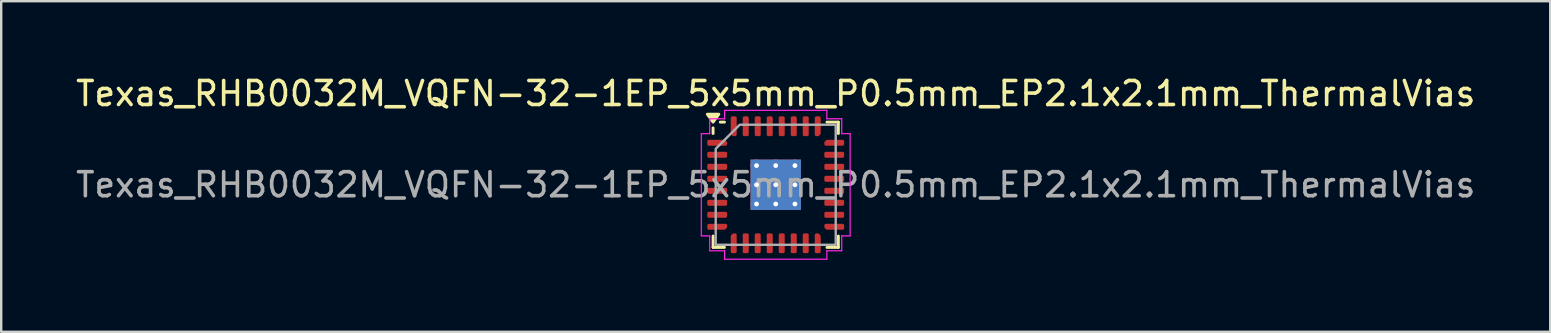
<source format=kicad_pcb>
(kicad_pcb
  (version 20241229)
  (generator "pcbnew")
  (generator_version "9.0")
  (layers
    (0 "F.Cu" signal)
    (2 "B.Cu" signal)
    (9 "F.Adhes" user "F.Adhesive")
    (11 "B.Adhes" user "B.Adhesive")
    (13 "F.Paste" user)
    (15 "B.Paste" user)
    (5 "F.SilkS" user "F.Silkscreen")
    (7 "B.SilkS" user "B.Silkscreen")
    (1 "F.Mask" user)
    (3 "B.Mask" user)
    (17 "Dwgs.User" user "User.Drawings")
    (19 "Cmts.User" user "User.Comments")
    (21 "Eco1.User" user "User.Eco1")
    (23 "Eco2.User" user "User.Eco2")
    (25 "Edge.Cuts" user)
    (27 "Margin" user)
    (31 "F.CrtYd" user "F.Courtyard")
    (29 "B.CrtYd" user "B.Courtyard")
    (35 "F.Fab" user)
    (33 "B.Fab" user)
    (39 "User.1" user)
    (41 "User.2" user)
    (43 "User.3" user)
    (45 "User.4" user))
  (footprint "Texas_RHB0032M_VQFN-32-1EP_5x5mm_P0.5mm_EP2.1x2.1mm_ThermalVias"
    (layer "F.Cu")
    (at 29.268 4.648)
    (property "Reference" "Texas_RHB0032M_VQFN-32-1EP_5x5mm_P0.5mm_EP2.1x2.1mm_ThermalVias" (at 0 -3.8 0) (layer "F.SilkS") (effects (font (size 1 1) (thickness 0.15))))
    (attr smd)
    (fp_line (start -2.61 -2.135) (end -2.61 -2.37) (stroke (width 0.12) (type solid)) (layer "F.SilkS"))
    (fp_line (start -2.61 2.61) (end -2.61 2.135) (stroke (width 0.12) (type solid)) (layer "F.SilkS"))
    (fp_line (start -2.135 -2.61) (end -2.31 -2.61) (stroke (width 0.12) (type solid)) (layer "F.SilkS"))
    (fp_line (start -2.135 2.61) (end -2.61 2.61) (stroke (width 0.12) (type solid)) (layer "F.SilkS"))
    (fp_line (start 2.135 -2.61) (end 2.61 -2.61) (stroke (width 0.12) (type solid)) (layer "F.SilkS"))
    (fp_line (start 2.135 2.61) (end 2.61 2.61) (stroke (width 0.12) (type solid)) (layer "F.SilkS"))
    (fp_line (start 2.61 -2.61) (end 2.61 -2.135) (stroke (width 0.12) (type solid)) (layer "F.SilkS"))
    (fp_line (start 2.61 2.61) (end 2.61 2.135) (stroke (width 0.12) (type solid)) (layer "F.SilkS"))
    (fp_poly (pts (xy -2.61 -2.61) (xy -2.85 -2.94) (xy -2.37 -2.94)) (stroke (width 0.12) (type solid)) (fill yes) (layer "F.SilkS"))
    (fp_line (start -3.1 -2.13) (end -2.75 -2.13) (stroke (width 0.05) (type solid)) (layer "F.CrtYd"))
    (fp_line (start -3.1 2.13) (end -3.1 -2.13) (stroke (width 0.05) (type solid)) (layer "F.CrtYd"))
    (fp_line (start -2.75 -2.75) (end -2.13 -2.75) (stroke (width 0.05) (type solid)) (layer "F.CrtYd"))
    (fp_line (start -2.75 -2.13) (end -2.75 -2.75) (stroke (width 0.05) (type solid)) (layer "F.CrtYd"))
    (fp_line (start -2.75 2.13) (end -3.1 2.13) (stroke (width 0.05) (type solid)) (layer "F.CrtYd"))
    (fp_line (start -2.75 2.75) (end -2.75 2.13) (stroke (width 0.05) (type solid)) (layer "F.CrtYd"))
    (fp_line (start -2.13 -3.1) (end 2.13 -3.1) (stroke (width 0.05) (type solid)) (layer "F.CrtYd"))
    (fp_line (start -2.13 -2.75) (end -2.13 -3.1) (stroke (width 0.05) (type solid)) (layer "F.CrtYd"))
    (fp_line (start -2.13 2.75) (end -2.75 2.75) (stroke (width 0.05) (type solid)) (layer "F.CrtYd"))
    (fp_line (start -2.13 3.1) (end -2.13 2.75) (stroke (width 0.05) (type solid)) (layer "F.CrtYd"))
    (fp_line (start 2.13 -3.1) (end 2.13 -2.75) (stroke (width 0.05) (type solid)) (layer "F.CrtYd"))
    (fp_line (start 2.13 -2.75) (end 2.75 -2.75) (stroke (width 0.05) (type solid)) (layer "F.CrtYd"))
    (fp_line (start 2.13 2.75) (end 2.13 3.1) (stroke (width 0.05) (type solid)) (layer "F.CrtYd"))
    (fp_line (start 2.13 3.1) (end -2.13 3.1) (stroke (width 0.05) (type solid)) (layer "F.CrtYd"))
    (fp_line (start 2.75 -2.75) (end 2.75 -2.13) (stroke (width 0.05) (type solid)) (layer "F.CrtYd"))
    (fp_line (start 2.75 -2.13) (end 3.1 -2.13) (stroke (width 0.05) (type solid)) (layer "F.CrtYd"))
    (fp_line (start 2.75 2.13) (end 2.75 2.75) (stroke (width 0.05) (type solid)) (layer "F.CrtYd"))
    (fp_line (start 2.75 2.75) (end 2.13 2.75) (stroke (width 0.05) (type solid)) (layer "F.CrtYd"))
    (fp_line (start 3.1 -2.13) (end 3.1 2.13) (stroke (width 0.05) (type solid)) (layer "F.CrtYd"))
    (fp_line (start 3.1 2.13) (end 2.75 2.13) (stroke (width 0.05) (type solid)) (layer "F.CrtYd"))
    (fp_poly (pts (xy -2.5 -1.5) (xy -2.5 2.5) (xy 2.5 2.5) (xy 2.5 -2.5) (xy -1.5 -2.5)) (stroke (width 0.1) (type solid)) (fill no) (layer "F.Fab"))
    (fp_text user "${REFERENCE}" (at 0 0 0) (layer "F.Fab") (effects (font (size 1 1) (thickness 0.15))))
    (pad "" smd roundrect (at -0.525 -0.525) (size 0.94 0.94) (layers "F.Paste") (roundrect_rratio 0.25))
    (pad "" smd roundrect (at -0.525 0.525) (size 0.94 0.94) (layers "F.Paste") (roundrect_rratio 0.25))
    (pad "" smd roundrect (at 0.525 -0.525) (size 0.94 0.94) (layers "F.Paste") (roundrect_rratio 0.25))
    (pad "" smd roundrect (at 0.525 0.525) (size 0.94 0.94) (layers "F.Paste") (roundrect_rratio 0.25))
    (pad "1" smd custom (at -2.438 -1.75) (size 0.186 0.186) (layers "F.Cu" "F.Mask" "F.Paste") (options (anchor circle)) (primitives (gr_poly (pts (xy -0.35 -0.062) (xy 0.297 -0.062) (xy 0.35 -0.009) (xy 0.35 0.062) (xy -0.35 0.062)) (width 0.125) (fill yes))))
    (pad "2" smd roundrect (at -2.438 -1.25) (size 0.825 0.25) (layers "F.Cu" "F.Mask" "F.Paste") (roundrect_rratio 0.25))
    (pad "3" smd roundrect (at -2.438 -0.75) (size 0.825 0.25) (layers "F.Cu" "F.Mask" "F.Paste") (roundrect_rratio 0.25))
    (pad "4" smd roundrect (at -2.438 -0.25) (size 0.825 0.25) (layers "F.Cu" "F.Mask" "F.Paste") (roundrect_rratio 0.25))
    (pad "5" smd roundrect (at -2.438 0.25) (size 0.825 0.25) (layers "F.Cu" "F.Mask" "F.Paste") (roundrect_rratio 0.25))
    (pad "6" smd roundrect (at -2.438 0.75) (size 0.825 0.25) (layers "F.Cu" "F.Mask" "F.Paste") (roundrect_rratio 0.25))
    (pad "7" smd roundrect (at -2.438 1.25) (size 0.825 0.25) (layers "F.Cu" "F.Mask" "F.Paste") (roundrect_rratio 0.25))
    (pad "8" smd custom (at -2.438 1.75) (size 0.186 0.186) (layers "F.Cu" "F.Mask" "F.Paste") (options (anchor circle)) (primitives (gr_poly (pts (xy -0.35 -0.062) (xy 0.35 -0.062) (xy 0.35 0.009) (xy 0.297 0.062) (xy -0.35 0.062)) (width 0.125) (fill yes))))
    (pad "9" smd custom (at -1.75 2.438) (size 0.186 0.186) (layers "F.Cu" "F.Mask" "F.Paste") (options (anchor circle)) (primitives (gr_poly (pts (xy -0.062 -0.297) (xy -0.009 -0.35) (xy 0.062 -0.35) (xy 0.062 0.35) (xy -0.062 0.35)) (width 0.125) (fill yes))))
    (pad "10" smd roundrect (at -1.25 2.438) (size 0.25 0.825) (layers "F.Cu" "F.Mask" "F.Paste") (roundrect_rratio 0.25))
    (pad "11" smd roundrect (at -0.75 2.438) (size 0.25 0.825) (layers "F.Cu" "F.Mask" "F.Paste") (roundrect_rratio 0.25))
    (pad "12" smd roundrect (at -0.25 2.438) (size 0.25 0.825) (layers "F.Cu" "F.Mask" "F.Paste") (roundrect_rratio 0.25))
    (pad "13" smd roundrect (at 0.25 2.438) (size 0.25 0.825) (layers "F.Cu" "F.Mask" "F.Paste") (roundrect_rratio 0.25))
    (pad "14" smd roundrect (at 0.75 2.438) (size 0.25 0.825) (layers "F.Cu" "F.Mask" "F.Paste") (roundrect_rratio 0.25))
    (pad "15" smd roundrect (at 1.25 2.438) (size 0.25 0.825) (layers "F.Cu" "F.Mask" "F.Paste") (roundrect_rratio 0.25))
    (pad "16" smd custom (at 1.75 2.438) (size 0.186 0.186) (layers "F.Cu" "F.Mask" "F.Paste") (options (anchor circle)) (primitives (gr_poly (pts (xy -0.062 -0.35) (xy 0.009 -0.35) (xy 0.062 -0.297) (xy 0.062 0.35) (xy -0.062 0.35)) (width 0.125) (fill yes))))
    (pad "17" smd custom (at 2.438 1.75) (size 0.186 0.186) (layers "F.Cu" "F.Mask" "F.Paste") (options (anchor circle)) (primitives (gr_poly (pts (xy -0.35 -0.062) (xy 0.35 -0.062) (xy 0.35 0.062) (xy -0.297 0.062) (xy -0.35 0.009)) (width 0.125) (fill yes))))
    (pad "18" smd roundrect (at 2.438 1.25) (size 0.825 0.25) (layers "F.Cu" "F.Mask" "F.Paste") (roundrect_rratio 0.25))
    (pad "19" smd roundrect (at 2.438 0.75) (size 0.825 0.25) (layers "F.Cu" "F.Mask" "F.Paste") (roundrect_rratio 0.25))
    (pad "20" smd roundrect (at 2.438 0.25) (size 0.825 0.25) (layers "F.Cu" "F.Mask" "F.Paste") (roundrect_rratio 0.25))
    (pad "21" smd roundrect (at 2.438 -0.25) (size 0.825 0.25) (layers "F.Cu" "F.Mask" "F.Paste") (roundrect_rratio 0.25))
    (pad "22" smd roundrect (at 2.438 -0.75) (size 0.825 0.25) (layers "F.Cu" "F.Mask" "F.Paste") (roundrect_rratio 0.25))
    (pad "23" smd roundrect (at 2.438 -1.25) (size 0.825 0.25) (layers "F.Cu" "F.Mask" "F.Paste") (roundrect_rratio 0.25))
    (pad "24" smd custom (at 2.438 -1.75) (size 0.186 0.186) (layers "F.Cu" "F.Mask" "F.Paste") (options (anchor circle)) (primitives (gr_poly (pts (xy -0.35 -0.009) (xy -0.297 -0.062) (xy 0.35 -0.062) (xy 0.35 0.062) (xy -0.35 0.062)) (width 0.125) (fill yes))))
    (pad "25" smd custom (at 1.75 -2.438) (size 0.186 0.186) (layers "F.Cu" "F.Mask" "F.Paste") (options (anchor circle)) (primitives (gr_poly (pts (xy -0.062 -0.35) (xy 0.062 -0.35) (xy 0.062 0.297) (xy 0.009 0.35) (xy -0.062 0.35)) (width 0.125) (fill yes))))
    (pad "26" smd roundrect (at 1.25 -2.438) (size 0.25 0.825) (layers "F.Cu" "F.Mask" "F.Paste") (roundrect_rratio 0.25))
    (pad "27" smd roundrect (at 0.75 -2.438) (size 0.25 0.825) (layers "F.Cu" "F.Mask" "F.Paste") (roundrect_rratio 0.25))
    (pad "28" smd roundrect (at 0.25 -2.438) (size 0.25 0.825) (layers "F.Cu" "F.Mask" "F.Paste") (roundrect_rratio 0.25))
    (pad "29" smd roundrect (at -0.25 -2.438) (size 0.25 0.825) (layers "F.Cu" "F.Mask" "F.Paste") (roundrect_rratio 0.25))
    (pad "30" smd roundrect (at -0.75 -2.438) (size 0.25 0.825) (layers "F.Cu" "F.Mask" "F.Paste") (roundrect_rratio 0.25))
    (pad "31" smd roundrect (at -1.25 -2.438) (size 0.25 0.825) (layers "F.Cu" "F.Mask" "F.Paste") (roundrect_rratio 0.25))
    (pad "32" smd custom (at -1.75 -2.438) (size 0.186 0.186) (layers "F.Cu" "F.Mask" "F.Paste") (options (anchor circle)) (primitives (gr_poly (pts (xy -0.062 -0.35) (xy 0.062 -0.35) (xy 0.062 0.35) (xy -0.009 0.35) (xy -0.062 0.297)) (width 0.125) (fill yes))))
    (pad "33" thru_hole circle (at -0.8 -0.8) (size 0.5 0.5) (drill 0.2) (property pad_prop_heatsink) (layers "*.Cu"))
    (pad "33" thru_hole circle (at -0.8 0) (size 0.5 0.5) (drill 0.2) (property pad_prop_heatsink) (layers "*.Cu"))
    (pad "33" thru_hole circle (at -0.8 0.8) (size 0.5 0.5) (drill 0.2) (property pad_prop_heatsink) (layers "*.Cu"))
    (pad "33" thru_hole circle (at 0 -0.8) (size 0.5 0.5) (drill 0.2) (property pad_prop_heatsink) (layers "*.Cu"))
    (pad "33" thru_hole circle (at 0 0) (size 0.5 0.5) (drill 0.2) (property pad_prop_heatsink) (layers "*.Cu"))
    (pad "33" smd rect (at 0 0) (size 2.1 2.1) (property pad_prop_heatsink) (layers "F.Cu" "F.Mask"))
    (pad "33" smd rect (at 0 0) (size 2.1 2.1) (property pad_prop_heatsink) (layers "B.Cu"))
    (pad "33" thru_hole circle (at 0 0.8) (size 0.5 0.5) (drill 0.2) (property pad_prop_heatsink) (layers "*.Cu"))
    (pad "33" thru_hole circle (at 0.8 -0.8) (size 0.5 0.5) (drill 0.2) (property pad_prop_heatsink) (layers "*.Cu"))
    (pad "33" thru_hole circle (at 0.8 0) (size 0.5 0.5) (drill 0.2) (property pad_prop_heatsink) (layers "*.Cu"))
    (pad "33" thru_hole circle (at 0.8 0.8) (size 0.5 0.5) (drill 0.2) (property pad_prop_heatsink) (layers "*.Cu")))
  (gr_rect
    (start -3 -3)
    (end 61.536 10.773)
    (stroke (width 0.1) (type default))
    (fill no)
    (layer "Edge.Cuts")))
</source>
